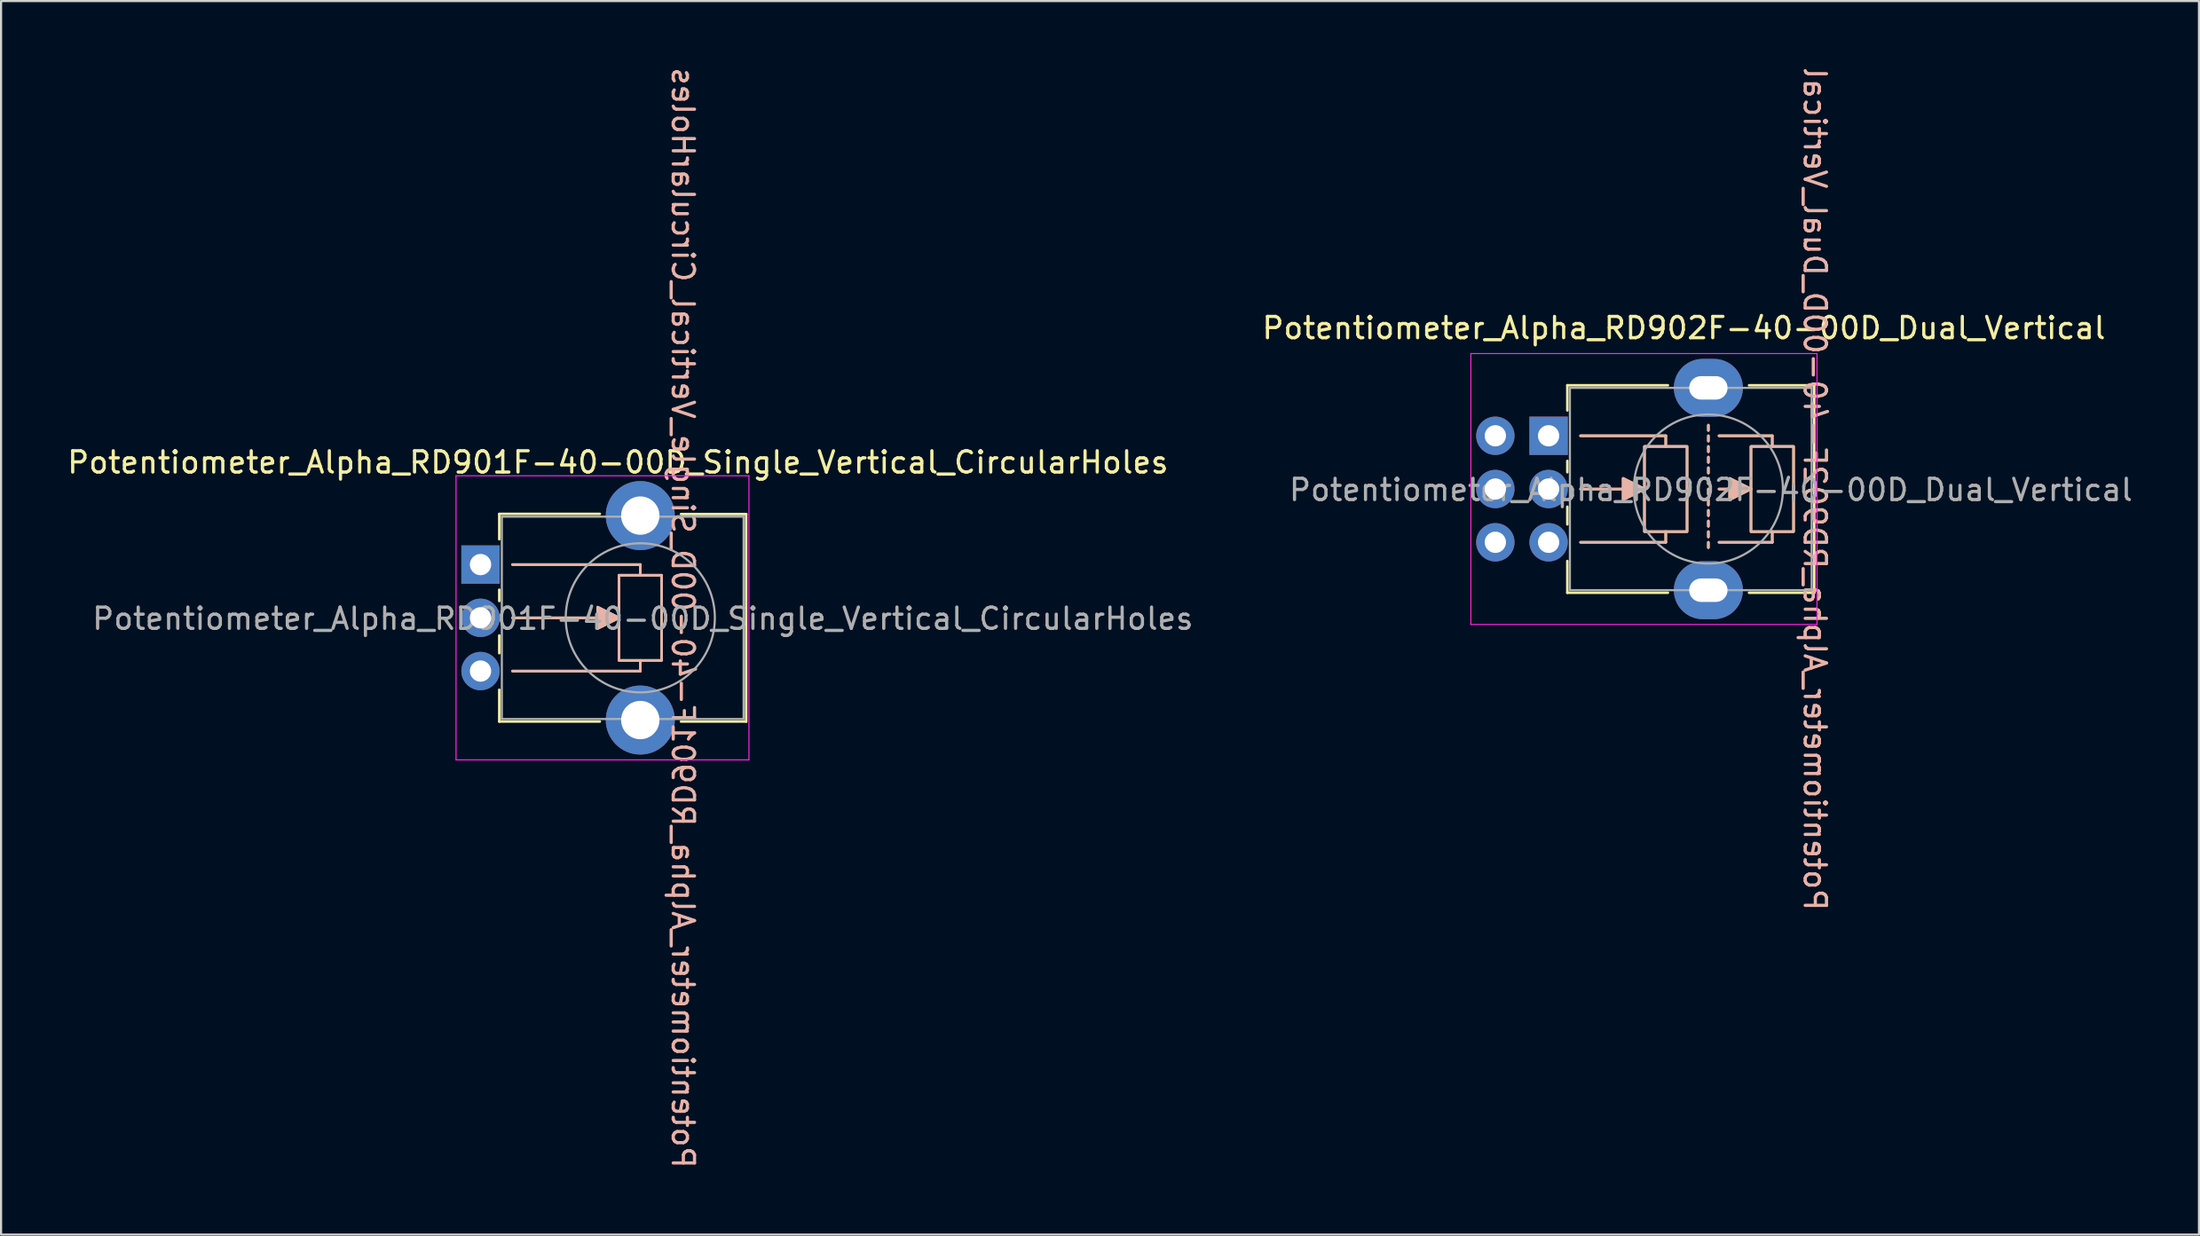
<source format=kicad_pcb>
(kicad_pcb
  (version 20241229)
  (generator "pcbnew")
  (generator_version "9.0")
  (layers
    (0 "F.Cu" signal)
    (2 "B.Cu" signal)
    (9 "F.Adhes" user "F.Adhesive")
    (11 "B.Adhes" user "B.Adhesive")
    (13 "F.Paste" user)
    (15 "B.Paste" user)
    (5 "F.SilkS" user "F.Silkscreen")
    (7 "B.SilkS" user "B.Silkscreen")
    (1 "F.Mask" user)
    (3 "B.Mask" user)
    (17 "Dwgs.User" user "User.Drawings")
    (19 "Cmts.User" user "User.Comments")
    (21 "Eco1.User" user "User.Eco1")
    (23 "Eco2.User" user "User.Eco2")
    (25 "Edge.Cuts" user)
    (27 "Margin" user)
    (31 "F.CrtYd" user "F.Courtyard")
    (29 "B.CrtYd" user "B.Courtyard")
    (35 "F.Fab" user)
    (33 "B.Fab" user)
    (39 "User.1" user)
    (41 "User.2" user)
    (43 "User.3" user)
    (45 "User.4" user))
  (footprint "Potentiometer_Alpha_RD901F-40-00D_Single_Vertical_CircularHoles"
    (layer "F.Cu")
    (at 19.508 23.458)
    (property "Reference" "Potentiometer_Alpha_RD901F-40-00D_Single_Vertical_CircularHoles" (at 6.45 -4.8 180) (layer "F.SilkS") (effects (font (size 1 1) (thickness 0.15))))
    (attr through_hole)
    (fp_line (start 0.88 -2.38) (end 5.6 -2.38) (stroke (width 0.12) (type solid)) (layer "F.SilkS"))
    (fp_line (start 0.88 -1.19) (end 0.88 -2.37) (stroke (width 0.12) (type solid)) (layer "F.SilkS"))
    (fp_line (start 0.88 1.71) (end 0.88 1.18) (stroke (width 0.12) (type solid)) (layer "F.SilkS"))
    (fp_line (start 0.88 4.16) (end 0.88 3.33) (stroke (width 0.12) (type solid)) (layer "F.SilkS"))
    (fp_line (start 0.88 7.37) (end 0.88 5.88) (stroke (width 0.12) (type solid)) (layer "F.SilkS"))
    (fp_line (start 0.88 7.37) (end 5.6 7.37) (stroke (width 0.12) (type solid)) (layer "F.SilkS"))
    (fp_line (start 1.5 2.5) (end 6.5 2.5) (stroke (width 0.12) (type solid)) (layer "F.SilkS"))
    (fp_line (start 7.5 0) (end 1.5 0) (stroke (width 0.12) (type solid)) (layer "F.SilkS"))
    (fp_line (start 7.5 0.5) (end 7.5 0) (stroke (width 0.12) (type solid)) (layer "F.SilkS"))
    (fp_line (start 7.5 4.5) (end 7.5 5) (stroke (width 0.12) (type solid)) (layer "F.SilkS"))
    (fp_line (start 7.5 5) (end 1.5 5) (stroke (width 0.12) (type solid)) (layer "F.SilkS"))
    (fp_line (start 9.41 -2.37) (end 12.47 -2.37) (stroke (width 0.12) (type solid)) (layer "F.SilkS"))
    (fp_line (start 9.41 7.37) (end 12.47 7.37) (stroke (width 0.12) (type solid)) (layer "F.SilkS"))
    (fp_line (start 12.47 7.37) (end 12.47 -2.37) (stroke (width 0.12) (type solid)) (layer "F.SilkS"))
    (fp_rect (start 6.5 0.5) (end 8.5 4.5) (stroke (width 0.12) (type solid)) (fill no) (layer "F.SilkS"))
    (fp_poly (pts (xy 6.5 2.5) (xy 5.5 3) (xy 5.5 2)) (stroke (width 0.12) (type solid)) (fill yes) (layer "F.SilkS"))
    (fp_line (start 1.5 0) (end 7.5 0) (stroke (width 0.12) (type solid)) (layer "B.SilkS"))
    (fp_line (start 1.5 2.5) (end 6.5 2.5) (stroke (width 0.12) (type solid)) (layer "B.SilkS"))
    (fp_line (start 7.5 0) (end 7.5 0.5) (stroke (width 0.12) (type solid)) (layer "B.SilkS"))
    (fp_line (start 7.5 4.5) (end 7.5 5) (stroke (width 0.12) (type solid)) (layer "B.SilkS"))
    (fp_line (start 7.5 5) (end 1.5 5) (stroke (width 0.12) (type solid)) (layer "B.SilkS"))
    (fp_rect (start 8.5 4.5) (end 6.5 0.5) (stroke (width 0.12) (type solid)) (fill no) (layer "B.SilkS"))
    (fp_poly (pts (xy 6.5 2.5) (xy 5.5 3) (xy 5.5 2)) (stroke (width 0.12) (type solid)) (fill yes) (layer "B.SilkS"))
    (fp_line (start -1.15 -4.17) (end -1.15 9.17) (stroke (width 0.05) (type solid)) (layer "F.CrtYd"))
    (fp_line (start -1.15 9.17) (end 12.6 9.17) (stroke (width 0.05) (type solid)) (layer "F.CrtYd"))
    (fp_line (start 12.6 -4.17) (end -1.15 -4.17) (stroke (width 0.05) (type solid)) (layer "F.CrtYd"))
    (fp_line (start 12.6 9.17) (end 12.6 -4.17) (stroke (width 0.05) (type solid)) (layer "F.CrtYd"))
    (fp_line (start 1 -2.25) (end 12.35 -2.25) (stroke (width 0.1) (type solid)) (layer "F.Fab"))
    (fp_line (start 1 7.25) (end 1 -2.25) (stroke (width 0.1) (type solid)) (layer "F.Fab"))
    (fp_line (start 1 7.25) (end 12.35 7.25) (stroke (width 0.1) (type solid)) (layer "F.Fab"))
    (fp_line (start 12.35 7.25) (end 12.35 -2.25) (stroke (width 0.1) (type solid)) (layer "F.Fab"))
    (fp_circle (center 7.5 2.5) (end 7.5 -1) (stroke (width 0.1) (type solid)) (fill no) (layer "F.Fab"))
    (fp_text user "${REFERENCE}" (at 9.5 2.5 270) (unlocked yes) (layer "B.SilkS") (effects (font (size 1 1) (thickness 0.15)) (justify mirror)))
    (fp_text user "${REFERENCE}" (at 7.62 2.54 0) (layer "F.Fab") (effects (font (size 1 1) (thickness 0.15))))
    (pad "" thru_hole circle (at 7.5 -2.3 90) (size 3.24 3.24) (drill 1.8) (layers "*.Cu" "*.Mask"))
    (pad "" thru_hole circle (at 7.5 7.3 90) (size 3.24 3.24) (drill 1.8) (layers "*.Cu" "*.Mask"))
    (pad "1" thru_hole rect (at 0 0 90) (size 1.8 1.8) (drill 1) (layers "*.Cu" "*.Mask"))
    (pad "2" thru_hole circle (at 0 2.5 90) (size 1.8 1.8) (drill 1) (layers "*.Cu" "*.Mask"))
    (pad "3" thru_hole circle (at 0 5 90) (size 1.8 1.8) (drill 1) (layers "*.Cu" "*.Mask")))
  (footprint "Potentiometer_Alpha_RD902F-40-00D_Dual_Vertical"
    (layer "F.Cu")
    (at 69.647 17.411)
    (property "Reference" "Potentiometer_Alpha_RD902F-40-00D_Dual_Vertical" (at 6.35 -5.06 180) (layer "F.SilkS") (effects (font (size 1 1) (thickness 0.15))))
    (attr through_hole)
    (fp_line (start 0.88 -2.37) (end 5.6 -2.37) (stroke (width 0.12) (type solid)) (layer "F.SilkS"))
    (fp_line (start 0.88 -1.19) (end 0.88 -2.37) (stroke (width 0.12) (type solid)) (layer "F.SilkS"))
    (fp_line (start 0.88 1.71) (end 0.88 1.18) (stroke (width 0.12) (type solid)) (layer "F.SilkS"))
    (fp_line (start 0.88 4.16) (end 0.88 3.33) (stroke (width 0.12) (type solid)) (layer "F.SilkS"))
    (fp_line (start 0.88 7.37) (end 0.88 5.88) (stroke (width 0.12) (type solid)) (layer "F.SilkS"))
    (fp_line (start 0.88 7.37) (end 5.6 7.37) (stroke (width 0.12) (type solid)) (layer "F.SilkS"))
    (fp_line (start 1.5 2.5) (end 4.5 2.5) (stroke (width 0.12) (type solid)) (layer "F.SilkS"))
    (fp_line (start 5.5 0) (end 1.5 0) (stroke (width 0.12) (type solid)) (layer "F.SilkS"))
    (fp_line (start 5.5 0.5) (end 5.5 0) (stroke (width 0.12) (type solid)) (layer "F.SilkS"))
    (fp_line (start 5.5 4.5) (end 5.5 5) (stroke (width 0.12) (type solid)) (layer "F.SilkS"))
    (fp_line (start 5.5 5) (end 1.5 5) (stroke (width 0.12) (type solid)) (layer "F.SilkS"))
    (fp_line (start 7.5 -0.25) (end 7.5 -0.5) (stroke (width 0.12) (type solid)) (layer "F.SilkS"))
    (fp_line (start 7.5 0) (end 7.5 0.25) (stroke (width 0.12) (type solid)) (layer "F.SilkS"))
    (fp_line (start 7.5 0.5) (end 7.5 0.75) (stroke (width 0.12) (type solid)) (layer "F.SilkS"))
    (fp_line (start 7.5 1) (end 7.5 1.25) (stroke (width 0.12) (type solid)) (layer "F.SilkS"))
    (fp_line (start 7.5 1.5) (end 7.5 1.75) (stroke (width 0.12) (type solid)) (layer "F.SilkS"))
    (fp_line (start 7.5 2) (end 7.5 2.25) (stroke (width 0.12) (type solid)) (layer "F.SilkS"))
    (fp_line (start 7.5 2.5) (end 7.5 2.75) (stroke (width 0.12) (type solid)) (layer "F.SilkS"))
    (fp_line (start 7.5 3) (end 7.5 3.25) (stroke (width 0.12) (type solid)) (layer "F.SilkS"))
    (fp_line (start 7.5 3.5) (end 7.5 3.75) (stroke (width 0.12) (type solid)) (layer "F.SilkS"))
    (fp_line (start 7.5 4) (end 7.5 4.25) (stroke (width 0.12) (type solid)) (layer "F.SilkS"))
    (fp_line (start 7.5 4.5) (end 7.5 4.75) (stroke (width 0.12) (type solid)) (layer "F.SilkS"))
    (fp_line (start 7.5 5) (end 7.5 5.25) (stroke (width 0.12) (type solid)) (layer "F.SilkS"))
    (fp_line (start 8 2.5) (end 9.5 2.5) (stroke (width 0.12) (type solid)) (layer "F.SilkS"))
    (fp_line (start 9.41 -2.37) (end 12.47 -2.37) (stroke (width 0.12) (type solid)) (layer "F.SilkS"))
    (fp_line (start 9.41 7.37) (end 12.47 7.37) (stroke (width 0.12) (type solid)) (layer "F.SilkS"))
    (fp_line (start 10.5 0) (end 8 0) (stroke (width 0.12) (type solid)) (layer "F.SilkS"))
    (fp_line (start 10.5 0.5) (end 10.5 0) (stroke (width 0.12) (type solid)) (layer "F.SilkS"))
    (fp_line (start 10.5 4.5) (end 10.5 5) (stroke (width 0.12) (type solid)) (layer "F.SilkS"))
    (fp_line (start 10.5 5) (end 8 5) (stroke (width 0.12) (type solid)) (layer "F.SilkS"))
    (fp_line (start 12.47 7.37) (end 12.47 -2.37) (stroke (width 0.12) (type solid)) (layer "F.SilkS"))
    (fp_rect (start 4.5 0.5) (end 6.5 4.5) (stroke (width 0.12) (type solid)) (fill no) (layer "F.SilkS"))
    (fp_rect (start 9.5 0.5) (end 11.5 4.5) (stroke (width 0.12) (type solid)) (fill no) (layer "F.SilkS"))
    (fp_poly (pts (xy 4.5 2.5) (xy 3.5 3) (xy 3.5 2)) (stroke (width 0.12) (type solid)) (fill yes) (layer "F.SilkS"))
    (fp_poly (pts (xy 9.5 2.5) (xy 8.5 3) (xy 8.5 2)) (stroke (width 0.12) (type solid)) (fill yes) (layer "F.SilkS"))
    (fp_line (start 1.5 0) (end 5.5 0) (stroke (width 0.12) (type solid)) (layer "B.SilkS"))
    (fp_line (start 1.5 2.5) (end 4.5 2.5) (stroke (width 0.12) (type solid)) (layer "B.SilkS"))
    (fp_line (start 5.5 0) (end 5.5 0.5) (stroke (width 0.12) (type solid)) (layer "B.SilkS"))
    (fp_line (start 5.5 4.5) (end 5.5 5) (stroke (width 0.12) (type solid)) (layer "B.SilkS"))
    (fp_line (start 5.5 5) (end 1.5 5) (stroke (width 0.12) (type solid)) (layer "B.SilkS"))
    (fp_line (start 7.5 -0.5) (end 7.5 -0.25) (stroke (width 0.12) (type solid)) (layer "B.SilkS"))
    (fp_line (start 7.5 0) (end 7.5 0.25) (stroke (width 0.12) (type solid)) (layer "B.SilkS"))
    (fp_line (start 7.5 0.5) (end 7.5 0.75) (stroke (width 0.12) (type solid)) (layer "B.SilkS"))
    (fp_line (start 7.5 1) (end 7.5 1.25) (stroke (width 0.12) (type solid)) (layer "B.SilkS"))
    (fp_line (start 7.5 1.5) (end 7.5 1.75) (stroke (width 0.12) (type solid)) (layer "B.SilkS"))
    (fp_line (start 7.5 2) (end 7.5 2.25) (stroke (width 0.12) (type solid)) (layer "B.SilkS"))
    (fp_line (start 7.5 2.5) (end 7.5 2.75) (stroke (width 0.12) (type solid)) (layer "B.SilkS"))
    (fp_line (start 7.5 3) (end 7.5 3.25) (stroke (width 0.12) (type solid)) (layer "B.SilkS"))
    (fp_line (start 7.5 3.5) (end 7.5 3.75) (stroke (width 0.12) (type solid)) (layer "B.SilkS"))
    (fp_line (start 7.5 4) (end 7.5 4.25) (stroke (width 0.12) (type solid)) (layer "B.SilkS"))
    (fp_line (start 7.5 4.5) (end 7.5 4.75) (stroke (width 0.12) (type solid)) (layer "B.SilkS"))
    (fp_line (start 7.5 5) (end 7.5 5.25) (stroke (width 0.12) (type solid)) (layer "B.SilkS"))
    (fp_line (start 8 0) (end 10.5 0) (stroke (width 0.12) (type solid)) (layer "B.SilkS"))
    (fp_line (start 8 2.5) (end 9.5 2.5) (stroke (width 0.12) (type solid)) (layer "B.SilkS"))
    (fp_line (start 10.5 0) (end 10.5 0.5) (stroke (width 0.12) (type solid)) (layer "B.SilkS"))
    (fp_line (start 10.5 4.5) (end 10.5 5) (stroke (width 0.12) (type solid)) (layer "B.SilkS"))
    (fp_line (start 10.5 5) (end 8 5) (stroke (width 0.12) (type solid)) (layer "B.SilkS"))
    (fp_rect (start 4.5 0.5) (end 6.5 4.5) (stroke (width 0.12) (type solid)) (fill no) (layer "B.SilkS"))
    (fp_rect (start 9.5 0.5) (end 11.5 4.5) (stroke (width 0.12) (type solid)) (fill no) (layer "B.SilkS"))
    (fp_poly (pts (xy 4.5 2.5) (xy 3.5 3) (xy 3.5 2)) (stroke (width 0.12) (type solid)) (fill yes) (layer "B.SilkS"))
    (fp_poly (pts (xy 9.5 2.5) (xy 8.5 3) (xy 8.5 2)) (stroke (width 0.12) (type solid)) (fill yes) (layer "B.SilkS"))
    (fp_line (start -3.65 -3.86) (end -3.65 8.86) (stroke (width 0.05) (type solid)) (layer "F.CrtYd"))
    (fp_line (start -3.65 8.86) (end 12.6 8.86) (stroke (width 0.05) (type solid)) (layer "F.CrtYd"))
    (fp_line (start 12.6 -3.86) (end -3.65 -3.86) (stroke (width 0.05) (type solid)) (layer "F.CrtYd"))
    (fp_line (start 12.6 8.86) (end 12.6 -3.86) (stroke (width 0.05) (type solid)) (layer "F.CrtYd"))
    (fp_line (start 1 -2.25) (end 12.35 -2.25) (stroke (width 0.1) (type solid)) (layer "F.Fab"))
    (fp_line (start 1 7.25) (end 1 -2.25) (stroke (width 0.1) (type solid)) (layer "F.Fab"))
    (fp_line (start 1 7.25) (end 12.35 7.25) (stroke (width 0.1) (type solid)) (layer "F.Fab"))
    (fp_line (start 12.35 7.25) (end 12.35 -2.25) (stroke (width 0.1) (type solid)) (layer "F.Fab"))
    (fp_circle (center 7.5 2.5) (end 7.5 -1) (stroke (width 0.1) (type solid)) (fill no) (layer "F.Fab"))
    (fp_text user "${REFERENCE}" (at 12.5 2.5 270) (unlocked yes) (layer "B.SilkS") (effects (font (size 1 1) (thickness 0.15)) (justify mirror)))
    (fp_text user "${REFERENCE}" (at 7.62 2.54 0) (layer "F.Fab") (effects (font (size 1 1) (thickness 0.15))))
    (pad "" thru_hole oval (at 7.5 -2.25 90) (size 2.72 3.24) (drill oval 1.1 1.8) (layers "*.Cu" "*.Mask"))
    (pad "" thru_hole oval (at 7.5 7.25 90) (size 2.72 3.24) (drill oval 1.1 1.8) (layers "*.Cu" "*.Mask"))
    (pad "1" thru_hole rect (at 0 0 90) (size 1.8 1.8) (drill 1) (layers "*.Cu" "*.Mask"))
    (pad "2" thru_hole circle (at 0 2.5 90) (size 1.8 1.8) (drill 1) (layers "*.Cu" "*.Mask"))
    (pad "3" thru_hole circle (at 0 5 90) (size 1.8 1.8) (drill 1) (layers "*.Cu" "*.Mask"))
    (pad "4" thru_hole circle (at -2.5 0 90) (size 1.8 1.8) (drill 1) (layers "*.Cu" "*.Mask"))
    (pad "5" thru_hole circle (at -2.5 2.5 90) (size 1.8 1.8) (drill 1) (layers "*.Cu" "*.Mask"))
    (pad "6" thru_hole circle (at -2.5 5 90) (size 1.8 1.8) (drill 1) (layers "*.Cu" "*.Mask")))
  (gr_rect
    (start -3 -3)
    (end 100.178 54.917)
    (stroke (width 0.1) (type default))
    (fill no)
    (layer "Edge.Cuts")))
</source>
